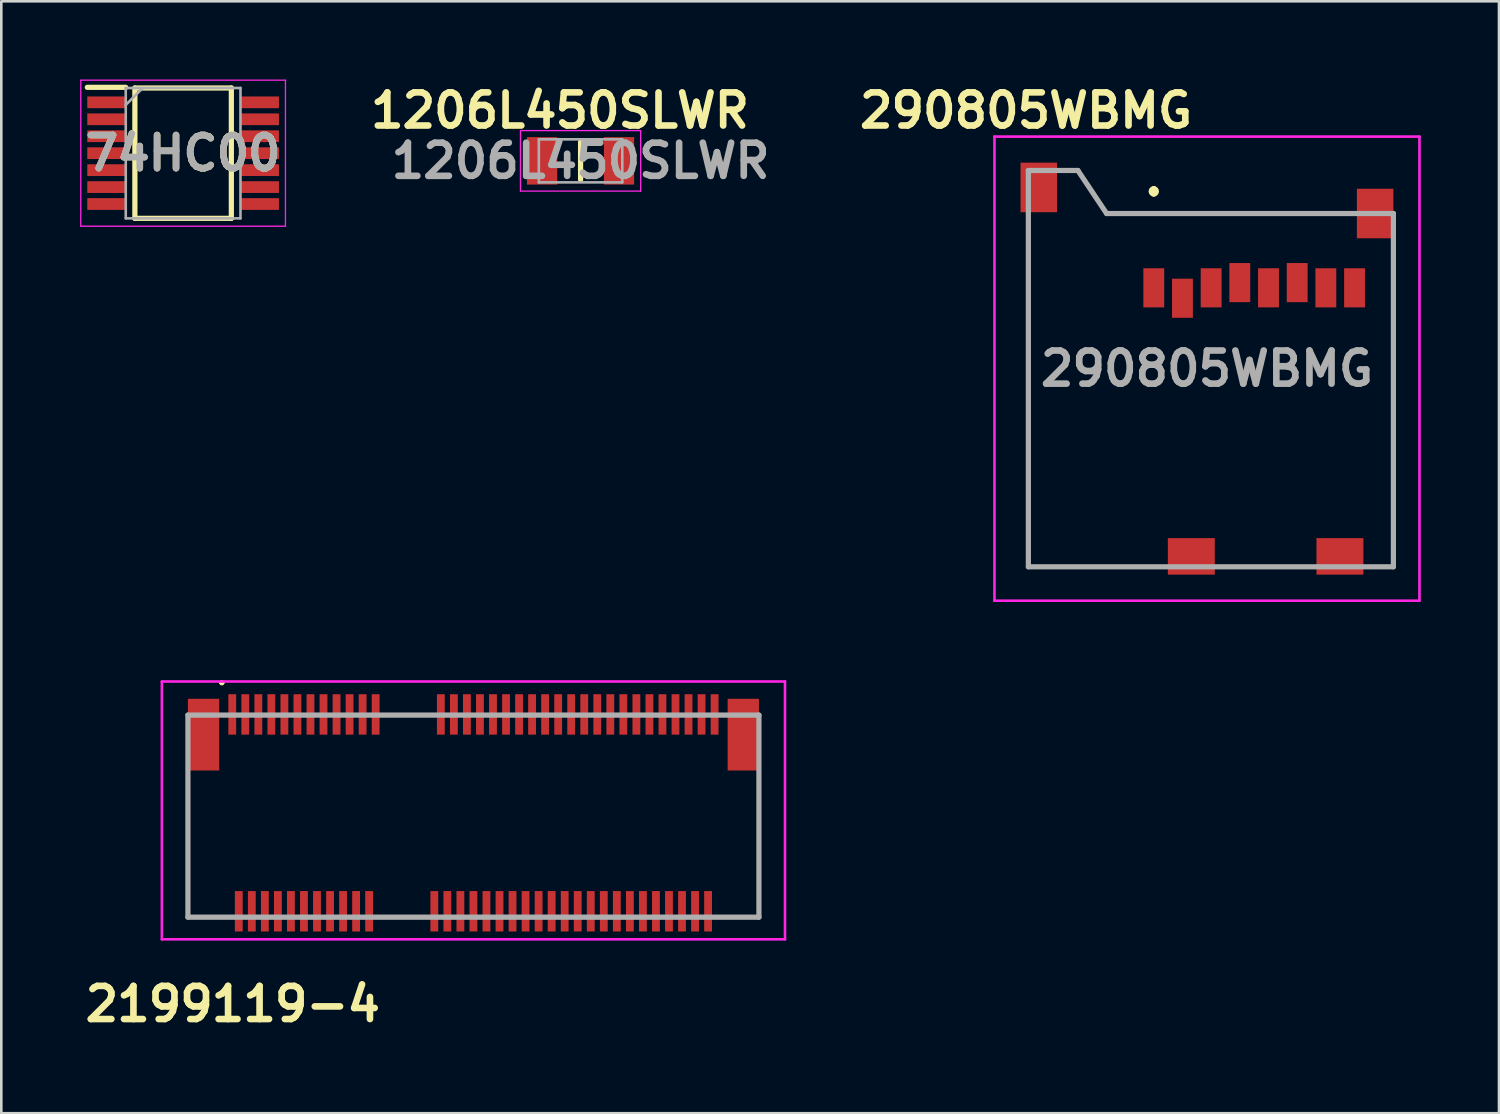
<source format=kicad_pcb>
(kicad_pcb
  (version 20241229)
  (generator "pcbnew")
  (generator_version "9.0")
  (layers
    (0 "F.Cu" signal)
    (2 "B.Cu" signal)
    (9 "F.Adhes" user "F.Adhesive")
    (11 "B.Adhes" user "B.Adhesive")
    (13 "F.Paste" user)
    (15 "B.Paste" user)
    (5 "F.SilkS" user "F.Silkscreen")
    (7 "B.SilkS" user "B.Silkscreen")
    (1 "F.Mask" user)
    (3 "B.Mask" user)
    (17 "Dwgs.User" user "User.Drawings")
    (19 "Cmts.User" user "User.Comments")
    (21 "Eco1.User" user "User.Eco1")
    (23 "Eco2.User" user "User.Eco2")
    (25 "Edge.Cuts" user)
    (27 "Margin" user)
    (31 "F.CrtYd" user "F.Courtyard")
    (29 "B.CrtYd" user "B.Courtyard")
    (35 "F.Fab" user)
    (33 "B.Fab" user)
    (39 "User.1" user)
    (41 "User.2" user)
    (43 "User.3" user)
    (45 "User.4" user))
  (footprint "1206L450SLWR"
    (layer "F.Cu")
    (at 19.217 3.119)
    (property "Reference" "1206L450SLWR" (at -0.79 -1.93 0) (layer "F.SilkS") (effects (font (size 1.27 1.27) (thickness 0.254))))
    (attr smd)
    (fp_line (start 0 -0.725) (end 0 0.725) (stroke (width 0.2) (type solid)) (layer "F.SilkS"))
    (fp_line (start -2.305 -1.16) (end 2.305 -1.16) (stroke (width 0.05) (type solid)) (layer "F.CrtYd"))
    (fp_line (start -2.305 1.16) (end -2.305 -1.16) (stroke (width 0.05) (type solid)) (layer "F.CrtYd"))
    (fp_line (start 2.305 -1.16) (end 2.305 1.16) (stroke (width 0.05) (type solid)) (layer "F.CrtYd"))
    (fp_line (start 2.305 1.16) (end -2.305 1.16) (stroke (width 0.05) (type solid)) (layer "F.CrtYd"))
    (fp_line (start -1.6 -0.825) (end 1.6 -0.825) (stroke (width 0.1) (type solid)) (layer "F.Fab"))
    (fp_line (start -1.6 0.825) (end -1.6 -0.825) (stroke (width 0.1) (type solid)) (layer "F.Fab"))
    (fp_line (start 1.6 -0.825) (end 1.6 0.825) (stroke (width 0.1) (type solid)) (layer "F.Fab"))
    (fp_line (start 1.6 0.825) (end -1.6 0.825) (stroke (width 0.1) (type solid)) (layer "F.Fab"))
    (fp_text user "${REFERENCE}" (at 0 0 0) (layer "F.Fab") (effects (font (size 1.27 1.27) (thickness 0.254))))
    (pad "1" smd rect (at -1.475 0) (size 1.16 1.82) (layers "F.Cu" "F.Mask" "F.Paste"))
    (pad "2" smd rect (at 1.475 0) (size 1.16 1.82) (layers "F.Cu" "F.Mask" "F.Paste")))
  (footprint "2199119-4"
    (layer "F.Cu")
    (at 15.108 28.239)
    (property "Reference" "2199119-4" (at -9.23 7.22 0) (layer "F.SilkS") (effects (font (size 1.27 1.27) (thickness 0.254))))
    (attr through_hole)
    (fp_line (start -10.95 -1.312) (end -10.95 3.888) (stroke (width 0.1) (type solid)) (layer "F.SilkS"))
    (fp_line (start -10.95 3.888) (end -9.5 3.888) (stroke (width 0.1) (type solid)) (layer "F.SilkS"))
    (fp_line (start -9.7 -5.1) (end -9.7 -5.1) (stroke (width 0.1) (type solid)) (layer "F.SilkS"))
    (fp_line (start -9.6 -5.1) (end -9.6 -5.1) (stroke (width 0.1) (type solid)) (layer "F.SilkS"))
    (fp_line (start -3.5 3.888) (end -2 3.888) (stroke (width 0.1) (type solid)) (layer "F.SilkS"))
    (fp_line (start -3.2 -3.888) (end -1.7 -3.888) (stroke (width 0.1) (type solid)) (layer "F.SilkS"))
    (fp_line (start 10.95 -1.312) (end 10.95 3.888) (stroke (width 0.1) (type solid)) (layer "F.SilkS"))
    (fp_line (start 10.95 3.888) (end 9.4 3.888) (stroke (width 0.1) (type solid)) (layer "F.SilkS"))
    (fp_arc (start -9.7 -5.1) (mid -9.65 -5.15) (end -9.6 -5.1) (stroke (width 0.1) (type solid)) (layer "F.SilkS"))
    (fp_arc (start -9.6 -5.1) (mid -9.65 -5.05) (end -9.7 -5.1) (stroke (width 0.1) (type solid)) (layer "F.SilkS"))
    (fp_line (start -11.95 -5.15) (end 11.95 -5.15) (stroke (width 0.1) (type solid)) (layer "F.CrtYd"))
    (fp_line (start -11.95 4.738) (end -11.95 -5.15) (stroke (width 0.1) (type solid)) (layer "F.CrtYd"))
    (fp_line (start 11.95 -5.15) (end 11.95 4.738) (stroke (width 0.1) (type solid)) (layer "F.CrtYd"))
    (fp_line (start 11.95 4.738) (end -11.95 4.738) (stroke (width 0.1) (type solid)) (layer "F.CrtYd"))
    (fp_line (start -10.95 -3.862) (end 10.95 -3.862) (stroke (width 0.2) (type solid)) (layer "F.Fab"))
    (fp_line (start -10.95 3.888) (end -10.95 -3.862) (stroke (width 0.2) (type solid)) (layer "F.Fab"))
    (fp_line (start 10.95 -3.862) (end 10.95 3.888) (stroke (width 0.2) (type solid)) (layer "F.Fab"))
    (fp_line (start 10.95 3.888) (end -10.95 3.888) (stroke (width 0.2) (type solid)) (layer "F.Fab"))
    (pad "" np_thru_hole circle (at -10 1.387) (size 0.001 0.001) (drill 1.15) (layers "*.Cu" "*.Mask"))
    (pad "" np_thru_hole circle (at 10 1.387) (size 0.001 0.001) (drill 1.65) (layers "*.Cu" "*.Mask"))
    (pad "1" smd rect (at -9.25 -3.888) (size 0.3 1.55) (layers "F.Cu" "F.Mask" "F.Paste"))
    (pad "2" smd rect (at -9 3.662) (size 0.3 1.55) (layers "F.Cu" "F.Mask" "F.Paste"))
    (pad "3" smd rect (at -8.75 -3.888) (size 0.3 1.55) (layers "F.Cu" "F.Mask" "F.Paste"))
    (pad "4" smd rect (at -8.5 3.662) (size 0.3 1.55) (layers "F.Cu" "F.Mask" "F.Paste"))
    (pad "5" smd rect (at -8.25 -3.888) (size 0.3 1.55) (layers "F.Cu" "F.Mask" "F.Paste"))
    (pad "6" smd rect (at -8 3.662) (size 0.3 1.55) (layers "F.Cu" "F.Mask" "F.Paste"))
    (pad "7" smd rect (at -7.75 -3.888) (size 0.3 1.55) (layers "F.Cu" "F.Mask" "F.Paste"))
    (pad "8" smd rect (at -7.5 3.662) (size 0.3 1.55) (layers "F.Cu" "F.Mask" "F.Paste"))
    (pad "9" smd rect (at -7.25 -3.888) (size 0.3 1.55) (layers "F.Cu" "F.Mask" "F.Paste"))
    (pad "10" smd rect (at -7 3.662) (size 0.3 1.55) (layers "F.Cu" "F.Mask" "F.Paste"))
    (pad "11" smd rect (at -6.75 -3.888) (size 0.3 1.55) (layers "F.Cu" "F.Mask" "F.Paste"))
    (pad "12" smd rect (at -6.5 3.662) (size 0.3 1.55) (layers "F.Cu" "F.Mask" "F.Paste"))
    (pad "13" smd rect (at -6.25 -3.888) (size 0.3 1.55) (layers "F.Cu" "F.Mask" "F.Paste"))
    (pad "14" smd rect (at -6 3.662) (size 0.3 1.55) (layers "F.Cu" "F.Mask" "F.Paste"))
    (pad "15" smd rect (at -5.75 -3.888) (size 0.3 1.55) (layers "F.Cu" "F.Mask" "F.Paste"))
    (pad "16" smd rect (at -5.5 3.662) (size 0.3 1.55) (layers "F.Cu" "F.Mask" "F.Paste"))
    (pad "17" smd rect (at -5.25 -3.888) (size 0.3 1.55) (layers "F.Cu" "F.Mask" "F.Paste"))
    (pad "18" smd rect (at -5 3.662) (size 0.3 1.55) (layers "F.Cu" "F.Mask" "F.Paste"))
    (pad "19" smd rect (at -4.75 -3.888) (size 0.3 1.55) (layers "F.Cu" "F.Mask" "F.Paste"))
    (pad "20" smd rect (at -4.5 3.662) (size 0.3 1.55) (layers "F.Cu" "F.Mask" "F.Paste"))
    (pad "21" smd rect (at -4.25 -3.888) (size 0.3 1.55) (layers "F.Cu" "F.Mask" "F.Paste"))
    (pad "22" smd rect (at -4 3.662) (size 0.3 1.55) (layers "F.Cu" "F.Mask" "F.Paste"))
    (pad "23" smd rect (at -3.75 -3.888) (size 0.3 1.55) (layers "F.Cu" "F.Mask" "F.Paste"))
    (pad "32" smd rect (at -1.5 3.662) (size 0.3 1.55) (layers "F.Cu" "F.Mask" "F.Paste"))
    (pad "33" smd rect (at -1.25 -3.888) (size 0.3 1.55) (layers "F.Cu" "F.Mask" "F.Paste"))
    (pad "34" smd rect (at -1 3.662) (size 0.3 1.55) (layers "F.Cu" "F.Mask" "F.Paste"))
    (pad "35" smd rect (at -0.75 -3.888) (size 0.3 1.55) (layers "F.Cu" "F.Mask" "F.Paste"))
    (pad "36" smd rect (at -0.5 3.662) (size 0.3 1.55) (layers "F.Cu" "F.Mask" "F.Paste"))
    (pad "37" smd rect (at -0.25 -3.888) (size 0.3 1.55) (layers "F.Cu" "F.Mask" "F.Paste"))
    (pad "38" smd rect (at 0 3.662) (size 0.3 1.55) (layers "F.Cu" "F.Mask" "F.Paste"))
    (pad "39" smd rect (at 0.25 -3.888) (size 0.3 1.55) (layers "F.Cu" "F.Mask" "F.Paste"))
    (pad "40" smd rect (at 0.5 3.662) (size 0.3 1.55) (layers "F.Cu" "F.Mask" "F.Paste"))
    (pad "41" smd rect (at 0.75 -3.888) (size 0.3 1.55) (layers "F.Cu" "F.Mask" "F.Paste"))
    (pad "42" smd rect (at 1 3.662) (size 0.3 1.55) (layers "F.Cu" "F.Mask" "F.Paste"))
    (pad "43" smd rect (at 1.25 -3.888) (size 0.3 1.55) (layers "F.Cu" "F.Mask" "F.Paste"))
    (pad "44" smd rect (at 1.5 3.662) (size 0.3 1.55) (layers "F.Cu" "F.Mask" "F.Paste"))
    (pad "45" smd rect (at 1.75 -3.888) (size 0.3 1.55) (layers "F.Cu" "F.Mask" "F.Paste"))
    (pad "46" smd rect (at 2 3.662) (size 0.3 1.55) (layers "F.Cu" "F.Mask" "F.Paste"))
    (pad "47" smd rect (at 2.25 -3.888) (size 0.3 1.55) (layers "F.Cu" "F.Mask" "F.Paste"))
    (pad "48" smd rect (at 2.5 3.662) (size 0.3 1.55) (layers "F.Cu" "F.Mask" "F.Paste"))
    (pad "49" smd rect (at 2.75 -3.888) (size 0.3 1.55) (layers "F.Cu" "F.Mask" "F.Paste"))
    (pad "50" smd rect (at 3 3.662) (size 0.3 1.55) (layers "F.Cu" "F.Mask" "F.Paste"))
    (pad "51" smd rect (at 3.25 -3.888) (size 0.3 1.55) (layers "F.Cu" "F.Mask" "F.Paste"))
    (pad "52" smd rect (at 3.5 3.662) (size 0.3 1.55) (layers "F.Cu" "F.Mask" "F.Paste"))
    (pad "53" smd rect (at 3.75 -3.888) (size 0.3 1.55) (layers "F.Cu" "F.Mask" "F.Paste"))
    (pad "54" smd rect (at 4 3.662) (size 0.3 1.55) (layers "F.Cu" "F.Mask" "F.Paste"))
    (pad "55" smd rect (at 4.25 -3.888) (size 0.3 1.55) (layers "F.Cu" "F.Mask" "F.Paste"))
    (pad "56" smd rect (at 4.5 3.662) (size 0.3 1.55) (layers "F.Cu" "F.Mask" "F.Paste"))
    (pad "57" smd rect (at 4.75 -3.888) (size 0.3 1.55) (layers "F.Cu" "F.Mask" "F.Paste"))
    (pad "58" smd rect (at 5 3.662) (size 0.3 1.55) (layers "F.Cu" "F.Mask" "F.Paste"))
    (pad "59" smd rect (at 5.25 -3.888) (size 0.3 1.55) (layers "F.Cu" "F.Mask" "F.Paste"))
    (pad "60" smd rect (at 5.5 3.662) (size 0.3 1.55) (layers "F.Cu" "F.Mask" "F.Paste"))
    (pad "61" smd rect (at 5.75 -3.888) (size 0.3 1.55) (layers "F.Cu" "F.Mask" "F.Paste"))
    (pad "62" smd rect (at 6 3.662) (size 0.3 1.55) (layers "F.Cu" "F.Mask" "F.Paste"))
    (pad "63" smd rect (at 6.25 -3.888) (size 0.3 1.55) (layers "F.Cu" "F.Mask" "F.Paste"))
    (pad "64" smd rect (at 6.5 3.662) (size 0.3 1.55) (layers "F.Cu" "F.Mask" "F.Paste"))
    (pad "65" smd rect (at 6.75 -3.888) (size 0.3 1.55) (layers "F.Cu" "F.Mask" "F.Paste"))
    (pad "66" smd rect (at 7 3.662) (size 0.3 1.55) (layers "F.Cu" "F.Mask" "F.Paste"))
    (pad "67" smd rect (at 7.25 -3.888) (size 0.3 1.55) (layers "F.Cu" "F.Mask" "F.Paste"))
    (pad "68" smd rect (at 7.5 3.662) (size 0.3 1.55) (layers "F.Cu" "F.Mask" "F.Paste"))
    (pad "69" smd rect (at 7.75 -3.888) (size 0.3 1.55) (layers "F.Cu" "F.Mask" "F.Paste"))
    (pad "70" smd rect (at 8 3.662) (size 0.3 1.55) (layers "F.Cu" "F.Mask" "F.Paste"))
    (pad "71" smd rect (at 8.25 -3.888) (size 0.3 1.55) (layers "F.Cu" "F.Mask" "F.Paste"))
    (pad "72" smd rect (at 8.5 3.662) (size 0.3 1.55) (layers "F.Cu" "F.Mask" "F.Paste"))
    (pad "73" smd rect (at 8.75 -3.888) (size 0.3 1.55) (layers "F.Cu" "F.Mask" "F.Paste"))
    (pad "74" smd rect (at 9 3.662) (size 0.3 1.55) (layers "F.Cu" "F.Mask" "F.Paste"))
    (pad "75" smd rect (at 9.25 -3.888) (size 0.3 1.55) (layers "F.Cu" "F.Mask" "F.Paste"))
    (pad "MP1" smd rect (at -10.35 -3.112) (size 1.2 2.75) (layers "F.Cu" "F.Mask" "F.Paste"))
    (pad "MP2" smd rect (at 10.35 -3.112) (size 1.2 2.75) (layers "F.Cu" "F.Mask" "F.Paste")))
  (footprint "290805WBMG"
    (layer "F.Cu")
    (at 43.242 11.089)
    (property "Reference" "290805WBMG" (at -6.94 -9.9 0) (layer "F.SilkS") (effects (font (size 1.27 1.27) (thickness 0.254))))
    (attr smd)
    (fp_line (start -6.85 7.6) (end -6.85 -5.5) (stroke (width 0.1) (type solid)) (layer "F.SilkS"))
    (fp_line (start -4.95 -7.6) (end -3.85 -5.95) (stroke (width 0.1) (type solid)) (layer "F.SilkS"))
    (fp_line (start -3.85 -5.95) (end 5.15 -5.95) (stroke (width 0.1) (type solid)) (layer "F.SilkS"))
    (fp_line (start -2.35 7.6) (end -6.85 7.6) (stroke (width 0.1) (type solid)) (layer "F.SilkS"))
    (fp_line (start -2.04 -6.9) (end -2.04 -6.9) (stroke (width 0.2) (type solid)) (layer "F.SilkS"))
    (fp_line (start -2.04 -6.7) (end -2.04 -6.7) (stroke (width 0.2) (type solid)) (layer "F.SilkS"))
    (fp_line (start 3.15 7.6) (end 0.65 7.6) (stroke (width 0.1) (type solid)) (layer "F.SilkS"))
    (fp_line (start 7.15 -4.5) (end 7.15 7.6) (stroke (width 0.1) (type solid)) (layer "F.SilkS"))
    (fp_line (start 7.15 7.6) (end 6.45 7.6) (stroke (width 0.1) (type solid)) (layer "F.SilkS"))
    (fp_arc (start -2.04 -6.9) (mid -1.94 -6.8) (end -2.04 -6.7) (stroke (width 0.2) (type solid)) (layer "F.SilkS"))
    (fp_arc (start -2.04 -6.7) (mid -2.14 -6.8) (end -2.04 -6.9) (stroke (width 0.2) (type solid)) (layer "F.SilkS"))
    (fp_line (start -8.15 -8.9) (end 8.15 -8.9) (stroke (width 0.1) (type solid)) (layer "F.CrtYd"))
    (fp_line (start -8.15 8.9) (end -8.15 -8.9) (stroke (width 0.1) (type solid)) (layer "F.CrtYd"))
    (fp_line (start 8.15 -8.9) (end 8.15 8.9) (stroke (width 0.1) (type solid)) (layer "F.CrtYd"))
    (fp_line (start 8.15 8.9) (end -8.15 8.9) (stroke (width 0.1) (type solid)) (layer "F.CrtYd"))
    (fp_line (start -6.85 -7.6) (end -6.85 7.6) (stroke (width 0.2) (type solid)) (layer "F.Fab"))
    (fp_line (start -6.85 7.6) (end 7.15 7.6) (stroke (width 0.2) (type solid)) (layer "F.Fab"))
    (fp_line (start -4.95 -7.6) (end -6.85 -7.6) (stroke (width 0.2) (type solid)) (layer "F.Fab"))
    (fp_line (start -3.85 -5.95) (end -4.95 -7.6) (stroke (width 0.2) (type solid)) (layer "F.Fab"))
    (fp_line (start 7.15 -5.95) (end -3.85 -5.95) (stroke (width 0.2) (type solid)) (layer "F.Fab"))
    (fp_line (start 7.15 7.6) (end 7.15 -5.95) (stroke (width 0.2) (type solid)) (layer "F.Fab"))
    (fp_text user "${REFERENCE}" (at 0 0 0) (layer "F.Fab") (effects (font (size 1.27 1.27) (thickness 0.254))))
    (pad "1" smd rect (at -2.04 -3.1) (size 0.8 1.5) (layers "F.Cu" "F.Mask" "F.Paste"))
    (pad "2" smd rect (at -0.94 -2.7) (size 0.8 1.5) (layers "F.Cu" "F.Mask" "F.Paste"))
    (pad "3" smd rect (at 0.16 -3.1) (size 0.8 1.5) (layers "F.Cu" "F.Mask" "F.Paste"))
    (pad "4" smd rect (at 1.26 -3.3) (size 0.8 1.5) (layers "F.Cu" "F.Mask" "F.Paste"))
    (pad "5" smd rect (at 2.36 -3.1) (size 0.8 1.5) (layers "F.Cu" "F.Mask" "F.Paste"))
    (pad "6" smd rect (at 3.46 -3.3) (size 0.8 1.5) (layers "F.Cu" "F.Mask" "F.Paste"))
    (pad "7" smd rect (at 4.56 -3.1) (size 0.8 1.5) (layers "F.Cu" "F.Mask" "F.Paste"))
    (pad "8" smd rect (at 5.66 -3.1) (size 0.8 1.5) (layers "F.Cu" "F.Mask" "F.Paste"))
    (pad "MP1" smd rect (at 6.45 -5.95) (size 1.4 1.9) (layers "F.Cu" "F.Mask" "F.Paste"))
    (pad "MP2" smd rect (at 5.1 7.2 90) (size 1.4 1.8) (layers "F.Cu" "F.Mask" "F.Paste"))
    (pad "MP3" smd rect (at -0.6 7.2 90) (size 1.4 1.8) (layers "F.Cu" "F.Mask" "F.Paste"))
    (pad "MP4" smd rect (at -6.45 -6.95) (size 1.4 1.9) (layers "F.Cu" "F.Mask" "F.Paste")))
  (footprint "74HC00"
    (layer "F.Cu")
    (at 3.973 2.825)
    (property "Reference" "74HC00" (at 0 0 0) (layer "F.SilkS") (effects (font (size 1.27 1.27) (thickness 0.254))))
    (attr smd)
    (fp_line (start -3.675 -2.525) (end -2.2 -2.525) (stroke (width 0.2) (type solid)) (layer "F.SilkS"))
    (fp_line (start -1.85 -2.5) (end 1.85 -2.5) (stroke (width 0.2) (type solid)) (layer "F.SilkS"))
    (fp_line (start -1.85 2.5) (end -1.85 -2.5) (stroke (width 0.2) (type solid)) (layer "F.SilkS"))
    (fp_line (start 1.85 -2.5) (end 1.85 2.5) (stroke (width 0.2) (type solid)) (layer "F.SilkS"))
    (fp_line (start 1.85 2.5) (end -1.85 2.5) (stroke (width 0.2) (type solid)) (layer "F.SilkS"))
    (fp_line (start -3.925 -2.8) (end 3.925 -2.8) (stroke (width 0.05) (type solid)) (layer "F.CrtYd"))
    (fp_line (start -3.925 2.8) (end -3.925 -2.8) (stroke (width 0.05) (type solid)) (layer "F.CrtYd"))
    (fp_line (start 3.925 -2.8) (end 3.925 2.8) (stroke (width 0.05) (type solid)) (layer "F.CrtYd"))
    (fp_line (start 3.925 2.8) (end -3.925 2.8) (stroke (width 0.05) (type solid)) (layer "F.CrtYd"))
    (fp_line (start -2.2 -2.5) (end 2.2 -2.5) (stroke (width 0.1) (type solid)) (layer "F.Fab"))
    (fp_line (start -2.2 -1.85) (end -1.55 -2.5) (stroke (width 0.1) (type solid)) (layer "F.Fab"))
    (fp_line (start -2.2 2.5) (end -2.2 -2.5) (stroke (width 0.1) (type solid)) (layer "F.Fab"))
    (fp_line (start 2.2 -2.5) (end 2.2 2.5) (stroke (width 0.1) (type solid)) (layer "F.Fab"))
    (fp_line (start 2.2 2.5) (end -2.2 2.5) (stroke (width 0.1) (type solid)) (layer "F.Fab"))
    (fp_text user "${REFERENCE}" (at 0 0 0) (layer "F.Fab") (effects (font (size 1.27 1.27) (thickness 0.254))))
    (pad "1" smd rect (at -2.938 -1.95 90) (size 0.45 1.475) (layers "F.Cu" "F.Mask" "F.Paste"))
    (pad "2" smd rect (at -2.938 -1.3 90) (size 0.45 1.475) (layers "F.Cu" "F.Mask" "F.Paste"))
    (pad "3" smd rect (at -2.938 -0.65 90) (size 0.45 1.475) (layers "F.Cu" "F.Mask" "F.Paste"))
    (pad "4" smd rect (at -2.938 0 90) (size 0.45 1.475) (layers "F.Cu" "F.Mask" "F.Paste"))
    (pad "5" smd rect (at -2.938 0.65 90) (size 0.45 1.475) (layers "F.Cu" "F.Mask" "F.Paste"))
    (pad "6" smd rect (at -2.938 1.3 90) (size 0.45 1.475) (layers "F.Cu" "F.Mask" "F.Paste"))
    (pad "7" smd rect (at -2.938 1.95 90) (size 0.45 1.475) (layers "F.Cu" "F.Mask" "F.Paste"))
    (pad "8" smd rect (at 2.938 1.95 90) (size 0.45 1.475) (layers "F.Cu" "F.Mask" "F.Paste"))
    (pad "9" smd rect (at 2.938 1.3 90) (size 0.45 1.475) (layers "F.Cu" "F.Mask" "F.Paste"))
    (pad "10" smd rect (at 2.938 0.65 90) (size 0.45 1.475) (layers "F.Cu" "F.Mask" "F.Paste"))
    (pad "11" smd rect (at 2.938 0 90) (size 0.45 1.475) (layers "F.Cu" "F.Mask" "F.Paste"))
    (pad "12" smd rect (at 2.938 -0.65 90) (size 0.45 1.475) (layers "F.Cu" "F.Mask" "F.Paste"))
    (pad "13" smd rect (at 2.938 -1.3 90) (size 0.45 1.475) (layers "F.Cu" "F.Mask" "F.Paste"))
    (pad "14" smd rect (at 2.938 -1.95 90) (size 0.45 1.475) (layers "F.Cu" "F.Mask" "F.Paste")))
  (gr_rect
    (start -3 -3)
    (end 54.442 39.647)
    (stroke (width 0.1) (type default))
    (fill no)
    (layer "Edge.Cuts")))
</source>
